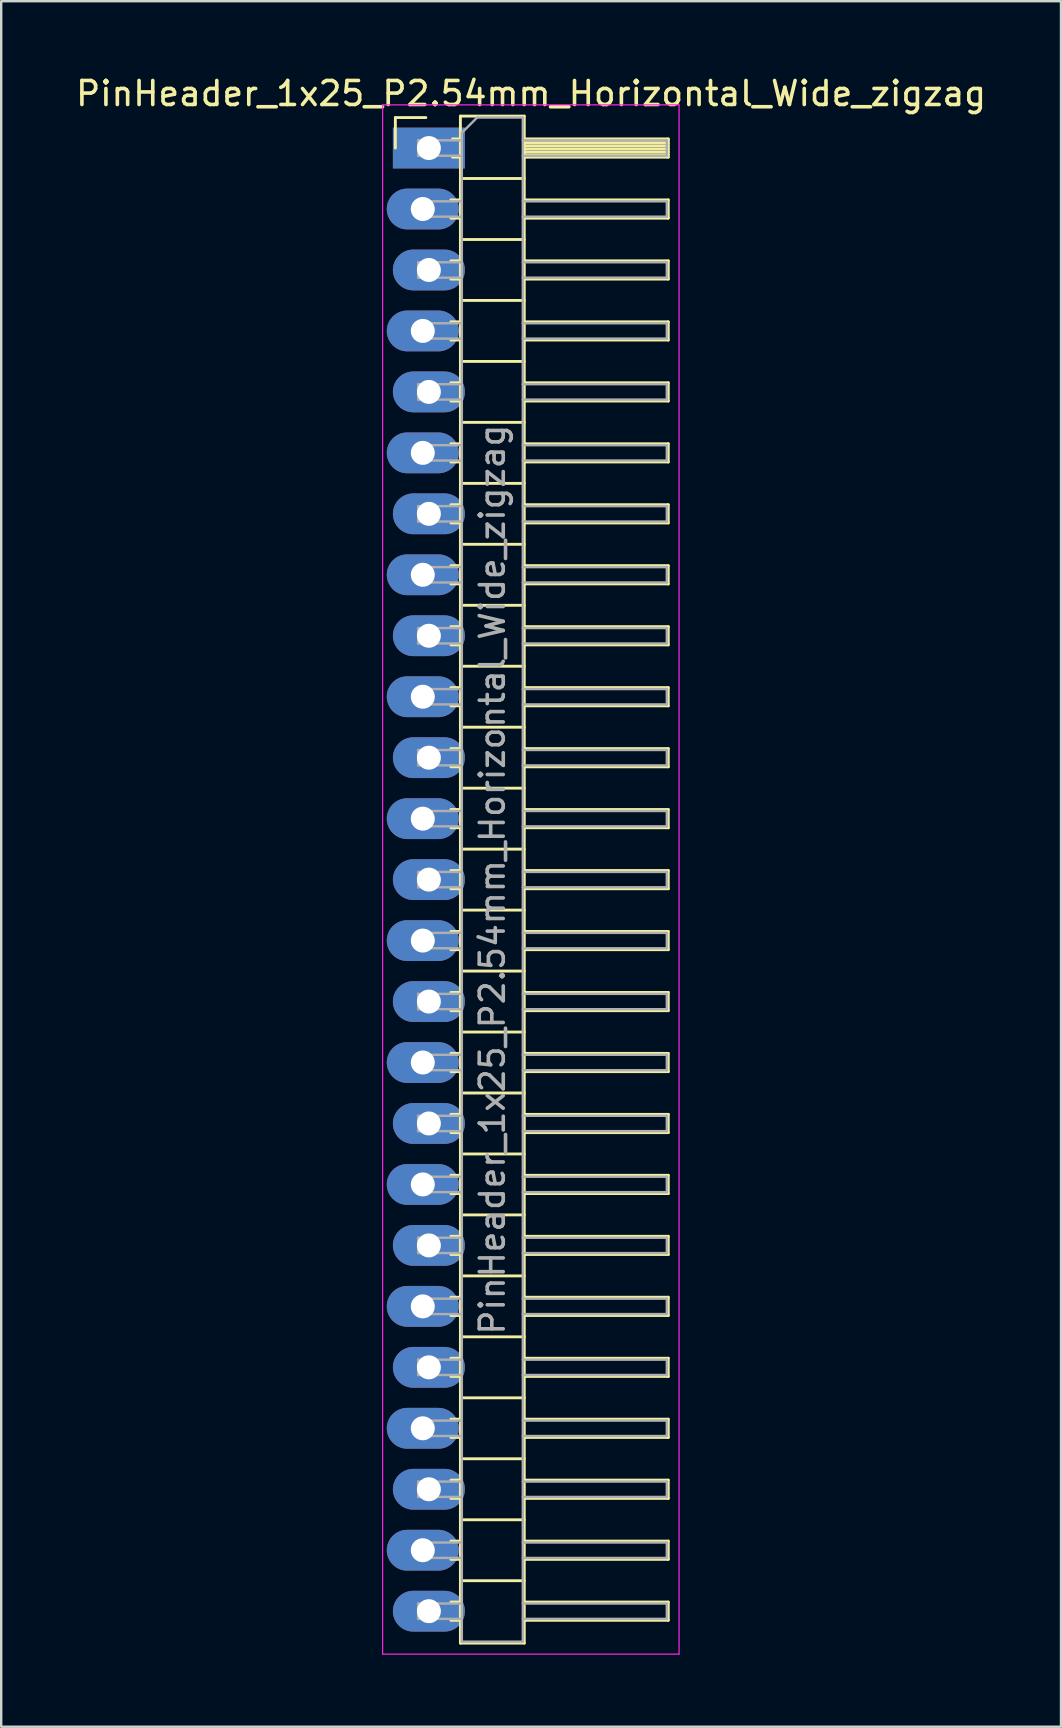
<source format=kicad_pcb>
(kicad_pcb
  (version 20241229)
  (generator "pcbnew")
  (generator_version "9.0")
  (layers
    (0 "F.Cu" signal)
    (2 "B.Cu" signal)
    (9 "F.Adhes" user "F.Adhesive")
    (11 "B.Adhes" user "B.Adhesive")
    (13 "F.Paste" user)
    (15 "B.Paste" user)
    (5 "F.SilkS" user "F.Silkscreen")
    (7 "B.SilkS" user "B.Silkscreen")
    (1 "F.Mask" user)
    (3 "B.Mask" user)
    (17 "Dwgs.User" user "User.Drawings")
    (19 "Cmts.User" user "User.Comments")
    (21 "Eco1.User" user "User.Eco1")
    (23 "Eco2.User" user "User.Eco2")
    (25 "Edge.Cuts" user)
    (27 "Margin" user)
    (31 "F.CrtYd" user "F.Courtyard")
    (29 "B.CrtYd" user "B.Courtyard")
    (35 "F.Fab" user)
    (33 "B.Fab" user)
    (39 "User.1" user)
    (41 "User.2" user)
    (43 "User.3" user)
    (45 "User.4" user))
  (footprint "PinHeader_1x25_P2.54mm_Horizontal_Wide_zigzag"
    (layer "F.Cu")
    (at 14.692 3.118)
    (property "Reference" "PinHeader_1x25_P2.54mm_Horizontal_Wide_zigzag" (at 4.385 -2.27 0) (layer "F.SilkS") (effects (font (size 1 1) (thickness 0.15))))
    (attr through_hole)
    (fp_line (start -1.27 -1.27) (end 0 -1.27) (stroke (width 0.12) (type solid)) (layer "F.SilkS"))
    (fp_line (start -1.27 0) (end -1.27 -1.27) (stroke (width 0.12) (type solid)) (layer "F.SilkS"))
    (fp_line (start 1.043 2.16) (end 1.44 2.16) (stroke (width 0.12) (type solid)) (layer "F.SilkS"))
    (fp_line (start 1.043 2.92) (end 1.44 2.92) (stroke (width 0.12) (type solid)) (layer "F.SilkS"))
    (fp_line (start 1.043 4.7) (end 1.44 4.7) (stroke (width 0.12) (type solid)) (layer "F.SilkS"))
    (fp_line (start 1.043 5.46) (end 1.44 5.46) (stroke (width 0.12) (type solid)) (layer "F.SilkS"))
    (fp_line (start 1.043 7.24) (end 1.44 7.24) (stroke (width 0.12) (type solid)) (layer "F.SilkS"))
    (fp_line (start 1.043 8) (end 1.44 8) (stroke (width 0.12) (type solid)) (layer "F.SilkS"))
    (fp_line (start 1.043 9.78) (end 1.44 9.78) (stroke (width 0.12) (type solid)) (layer "F.SilkS"))
    (fp_line (start 1.043 10.54) (end 1.44 10.54) (stroke (width 0.12) (type solid)) (layer "F.SilkS"))
    (fp_line (start 1.043 12.32) (end 1.44 12.32) (stroke (width 0.12) (type solid)) (layer "F.SilkS"))
    (fp_line (start 1.043 13.08) (end 1.44 13.08) (stroke (width 0.12) (type solid)) (layer "F.SilkS"))
    (fp_line (start 1.043 14.86) (end 1.44 14.86) (stroke (width 0.12) (type solid)) (layer "F.SilkS"))
    (fp_line (start 1.043 15.62) (end 1.44 15.62) (stroke (width 0.12) (type solid)) (layer "F.SilkS"))
    (fp_line (start 1.043 17.4) (end 1.44 17.4) (stroke (width 0.12) (type solid)) (layer "F.SilkS"))
    (fp_line (start 1.043 18.16) (end 1.44 18.16) (stroke (width 0.12) (type solid)) (layer "F.SilkS"))
    (fp_line (start 1.043 19.94) (end 1.44 19.94) (stroke (width 0.12) (type solid)) (layer "F.SilkS"))
    (fp_line (start 1.043 20.7) (end 1.44 20.7) (stroke (width 0.12) (type solid)) (layer "F.SilkS"))
    (fp_line (start 1.043 22.48) (end 1.44 22.48) (stroke (width 0.12) (type solid)) (layer "F.SilkS"))
    (fp_line (start 1.043 23.24) (end 1.44 23.24) (stroke (width 0.12) (type solid)) (layer "F.SilkS"))
    (fp_line (start 1.043 25.02) (end 1.44 25.02) (stroke (width 0.12) (type solid)) (layer "F.SilkS"))
    (fp_line (start 1.043 25.78) (end 1.44 25.78) (stroke (width 0.12) (type solid)) (layer "F.SilkS"))
    (fp_line (start 1.043 27.56) (end 1.44 27.56) (stroke (width 0.12) (type solid)) (layer "F.SilkS"))
    (fp_line (start 1.043 28.32) (end 1.44 28.32) (stroke (width 0.12) (type solid)) (layer "F.SilkS"))
    (fp_line (start 1.043 30.1) (end 1.44 30.1) (stroke (width 0.12) (type solid)) (layer "F.SilkS"))
    (fp_line (start 1.043 30.86) (end 1.44 30.86) (stroke (width 0.12) (type solid)) (layer "F.SilkS"))
    (fp_line (start 1.043 32.64) (end 1.44 32.64) (stroke (width 0.12) (type solid)) (layer "F.SilkS"))
    (fp_line (start 1.043 33.4) (end 1.44 33.4) (stroke (width 0.12) (type solid)) (layer "F.SilkS"))
    (fp_line (start 1.043 35.18) (end 1.44 35.18) (stroke (width 0.12) (type solid)) (layer "F.SilkS"))
    (fp_line (start 1.043 35.94) (end 1.44 35.94) (stroke (width 0.12) (type solid)) (layer "F.SilkS"))
    (fp_line (start 1.043 37.72) (end 1.44 37.72) (stroke (width 0.12) (type solid)) (layer "F.SilkS"))
    (fp_line (start 1.043 38.48) (end 1.44 38.48) (stroke (width 0.12) (type solid)) (layer "F.SilkS"))
    (fp_line (start 1.043 40.26) (end 1.44 40.26) (stroke (width 0.12) (type solid)) (layer "F.SilkS"))
    (fp_line (start 1.043 41.02) (end 1.44 41.02) (stroke (width 0.12) (type solid)) (layer "F.SilkS"))
    (fp_line (start 1.043 42.8) (end 1.44 42.8) (stroke (width 0.12) (type solid)) (layer "F.SilkS"))
    (fp_line (start 1.043 43.56) (end 1.44 43.56) (stroke (width 0.12) (type solid)) (layer "F.SilkS"))
    (fp_line (start 1.043 45.34) (end 1.44 45.34) (stroke (width 0.12) (type solid)) (layer "F.SilkS"))
    (fp_line (start 1.043 46.1) (end 1.44 46.1) (stroke (width 0.12) (type solid)) (layer "F.SilkS"))
    (fp_line (start 1.043 47.88) (end 1.44 47.88) (stroke (width 0.12) (type solid)) (layer "F.SilkS"))
    (fp_line (start 1.043 48.64) (end 1.44 48.64) (stroke (width 0.12) (type solid)) (layer "F.SilkS"))
    (fp_line (start 1.043 50.42) (end 1.44 50.42) (stroke (width 0.12) (type solid)) (layer "F.SilkS"))
    (fp_line (start 1.043 51.18) (end 1.44 51.18) (stroke (width 0.12) (type solid)) (layer "F.SilkS"))
    (fp_line (start 1.043 52.96) (end 1.44 52.96) (stroke (width 0.12) (type solid)) (layer "F.SilkS"))
    (fp_line (start 1.043 53.72) (end 1.44 53.72) (stroke (width 0.12) (type solid)) (layer "F.SilkS"))
    (fp_line (start 1.043 55.5) (end 1.44 55.5) (stroke (width 0.12) (type solid)) (layer "F.SilkS"))
    (fp_line (start 1.043 56.26) (end 1.44 56.26) (stroke (width 0.12) (type solid)) (layer "F.SilkS"))
    (fp_line (start 1.043 58.04) (end 1.44 58.04) (stroke (width 0.12) (type solid)) (layer "F.SilkS"))
    (fp_line (start 1.043 58.8) (end 1.44 58.8) (stroke (width 0.12) (type solid)) (layer "F.SilkS"))
    (fp_line (start 1.043 60.58) (end 1.44 60.58) (stroke (width 0.12) (type solid)) (layer "F.SilkS"))
    (fp_line (start 1.043 61.34) (end 1.44 61.34) (stroke (width 0.12) (type solid)) (layer "F.SilkS"))
    (fp_line (start 1.11 -0.38) (end 1.44 -0.38) (stroke (width 0.12) (type solid)) (layer "F.SilkS"))
    (fp_line (start 1.11 0.38) (end 1.44 0.38) (stroke (width 0.12) (type solid)) (layer "F.SilkS"))
    (fp_line (start 1.44 -1.33) (end 1.44 62.29) (stroke (width 0.12) (type solid)) (layer "F.SilkS"))
    (fp_line (start 1.44 1.27) (end 4.1 1.27) (stroke (width 0.12) (type solid)) (layer "F.SilkS"))
    (fp_line (start 1.44 3.81) (end 4.1 3.81) (stroke (width 0.12) (type solid)) (layer "F.SilkS"))
    (fp_line (start 1.44 6.35) (end 4.1 6.35) (stroke (width 0.12) (type solid)) (layer "F.SilkS"))
    (fp_line (start 1.44 8.89) (end 4.1 8.89) (stroke (width 0.12) (type solid)) (layer "F.SilkS"))
    (fp_line (start 1.44 11.43) (end 4.1 11.43) (stroke (width 0.12) (type solid)) (layer "F.SilkS"))
    (fp_line (start 1.44 13.97) (end 4.1 13.97) (stroke (width 0.12) (type solid)) (layer "F.SilkS"))
    (fp_line (start 1.44 16.51) (end 4.1 16.51) (stroke (width 0.12) (type solid)) (layer "F.SilkS"))
    (fp_line (start 1.44 19.05) (end 4.1 19.05) (stroke (width 0.12) (type solid)) (layer "F.SilkS"))
    (fp_line (start 1.44 21.59) (end 4.1 21.59) (stroke (width 0.12) (type solid)) (layer "F.SilkS"))
    (fp_line (start 1.44 24.13) (end 4.1 24.13) (stroke (width 0.12) (type solid)) (layer "F.SilkS"))
    (fp_line (start 1.44 26.67) (end 4.1 26.67) (stroke (width 0.12) (type solid)) (layer "F.SilkS"))
    (fp_line (start 1.44 29.21) (end 4.1 29.21) (stroke (width 0.12) (type solid)) (layer "F.SilkS"))
    (fp_line (start 1.44 31.75) (end 4.1 31.75) (stroke (width 0.12) (type solid)) (layer "F.SilkS"))
    (fp_line (start 1.44 34.29) (end 4.1 34.29) (stroke (width 0.12) (type solid)) (layer "F.SilkS"))
    (fp_line (start 1.44 36.83) (end 4.1 36.83) (stroke (width 0.12) (type solid)) (layer "F.SilkS"))
    (fp_line (start 1.44 39.37) (end 4.1 39.37) (stroke (width 0.12) (type solid)) (layer "F.SilkS"))
    (fp_line (start 1.44 41.91) (end 4.1 41.91) (stroke (width 0.12) (type solid)) (layer "F.SilkS"))
    (fp_line (start 1.44 44.45) (end 4.1 44.45) (stroke (width 0.12) (type solid)) (layer "F.SilkS"))
    (fp_line (start 1.44 46.99) (end 4.1 46.99) (stroke (width 0.12) (type solid)) (layer "F.SilkS"))
    (fp_line (start 1.44 49.53) (end 4.1 49.53) (stroke (width 0.12) (type solid)) (layer "F.SilkS"))
    (fp_line (start 1.44 52.07) (end 4.1 52.07) (stroke (width 0.12) (type solid)) (layer "F.SilkS"))
    (fp_line (start 1.44 54.61) (end 4.1 54.61) (stroke (width 0.12) (type solid)) (layer "F.SilkS"))
    (fp_line (start 1.44 57.15) (end 4.1 57.15) (stroke (width 0.12) (type solid)) (layer "F.SilkS"))
    (fp_line (start 1.44 59.69) (end 4.1 59.69) (stroke (width 0.12) (type solid)) (layer "F.SilkS"))
    (fp_line (start 1.44 62.29) (end 4.1 62.29) (stroke (width 0.12) (type solid)) (layer "F.SilkS"))
    (fp_line (start 4.1 -1.33) (end 1.44 -1.33) (stroke (width 0.12) (type solid)) (layer "F.SilkS"))
    (fp_line (start 4.1 -0.38) (end 10.1 -0.38) (stroke (width 0.12) (type solid)) (layer "F.SilkS"))
    (fp_line (start 4.1 -0.32) (end 10.1 -0.32) (stroke (width 0.12) (type solid)) (layer "F.SilkS"))
    (fp_line (start 4.1 -0.2) (end 10.1 -0.2) (stroke (width 0.12) (type solid)) (layer "F.SilkS"))
    (fp_line (start 4.1 -0.08) (end 10.1 -0.08) (stroke (width 0.12) (type solid)) (layer "F.SilkS"))
    (fp_line (start 4.1 0.04) (end 10.1 0.04) (stroke (width 0.12) (type solid)) (layer "F.SilkS"))
    (fp_line (start 4.1 0.16) (end 10.1 0.16) (stroke (width 0.12) (type solid)) (layer "F.SilkS"))
    (fp_line (start 4.1 0.28) (end 10.1 0.28) (stroke (width 0.12) (type solid)) (layer "F.SilkS"))
    (fp_line (start 4.1 2.16) (end 10.1 2.16) (stroke (width 0.12) (type solid)) (layer "F.SilkS"))
    (fp_line (start 4.1 4.7) (end 10.1 4.7) (stroke (width 0.12) (type solid)) (layer "F.SilkS"))
    (fp_line (start 4.1 7.24) (end 10.1 7.24) (stroke (width 0.12) (type solid)) (layer "F.SilkS"))
    (fp_line (start 4.1 9.78) (end 10.1 9.78) (stroke (width 0.12) (type solid)) (layer "F.SilkS"))
    (fp_line (start 4.1 12.32) (end 10.1 12.32) (stroke (width 0.12) (type solid)) (layer "F.SilkS"))
    (fp_line (start 4.1 14.86) (end 10.1 14.86) (stroke (width 0.12) (type solid)) (layer "F.SilkS"))
    (fp_line (start 4.1 17.4) (end 10.1 17.4) (stroke (width 0.12) (type solid)) (layer "F.SilkS"))
    (fp_line (start 4.1 19.94) (end 10.1 19.94) (stroke (width 0.12) (type solid)) (layer "F.SilkS"))
    (fp_line (start 4.1 22.48) (end 10.1 22.48) (stroke (width 0.12) (type solid)) (layer "F.SilkS"))
    (fp_line (start 4.1 25.02) (end 10.1 25.02) (stroke (width 0.12) (type solid)) (layer "F.SilkS"))
    (fp_line (start 4.1 27.56) (end 10.1 27.56) (stroke (width 0.12) (type solid)) (layer "F.SilkS"))
    (fp_line (start 4.1 30.1) (end 10.1 30.1) (stroke (width 0.12) (type solid)) (layer "F.SilkS"))
    (fp_line (start 4.1 32.64) (end 10.1 32.64) (stroke (width 0.12) (type solid)) (layer "F.SilkS"))
    (fp_line (start 4.1 35.18) (end 10.1 35.18) (stroke (width 0.12) (type solid)) (layer "F.SilkS"))
    (fp_line (start 4.1 37.72) (end 10.1 37.72) (stroke (width 0.12) (type solid)) (layer "F.SilkS"))
    (fp_line (start 4.1 40.26) (end 10.1 40.26) (stroke (width 0.12) (type solid)) (layer "F.SilkS"))
    (fp_line (start 4.1 42.8) (end 10.1 42.8) (stroke (width 0.12) (type solid)) (layer "F.SilkS"))
    (fp_line (start 4.1 45.34) (end 10.1 45.34) (stroke (width 0.12) (type solid)) (layer "F.SilkS"))
    (fp_line (start 4.1 47.88) (end 10.1 47.88) (stroke (width 0.12) (type solid)) (layer "F.SilkS"))
    (fp_line (start 4.1 50.42) (end 10.1 50.42) (stroke (width 0.12) (type solid)) (layer "F.SilkS"))
    (fp_line (start 4.1 52.96) (end 10.1 52.96) (stroke (width 0.12) (type solid)) (layer "F.SilkS"))
    (fp_line (start 4.1 55.5) (end 10.1 55.5) (stroke (width 0.12) (type solid)) (layer "F.SilkS"))
    (fp_line (start 4.1 58.04) (end 10.1 58.04) (stroke (width 0.12) (type solid)) (layer "F.SilkS"))
    (fp_line (start 4.1 60.58) (end 10.1 60.58) (stroke (width 0.12) (type solid)) (layer "F.SilkS"))
    (fp_line (start 4.1 62.29) (end 4.1 -1.33) (stroke (width 0.12) (type solid)) (layer "F.SilkS"))
    (fp_line (start 10.1 -0.38) (end 10.1 0.38) (stroke (width 0.12) (type solid)) (layer "F.SilkS"))
    (fp_line (start 10.1 0.38) (end 4.1 0.38) (stroke (width 0.12) (type solid)) (layer "F.SilkS"))
    (fp_line (start 10.1 2.16) (end 10.1 2.92) (stroke (width 0.12) (type solid)) (layer "F.SilkS"))
    (fp_line (start 10.1 2.92) (end 4.1 2.92) (stroke (width 0.12) (type solid)) (layer "F.SilkS"))
    (fp_line (start 10.1 4.7) (end 10.1 5.46) (stroke (width 0.12) (type solid)) (layer "F.SilkS"))
    (fp_line (start 10.1 5.46) (end 4.1 5.46) (stroke (width 0.12) (type solid)) (layer "F.SilkS"))
    (fp_line (start 10.1 7.24) (end 10.1 8) (stroke (width 0.12) (type solid)) (layer "F.SilkS"))
    (fp_line (start 10.1 8) (end 4.1 8) (stroke (width 0.12) (type solid)) (layer "F.SilkS"))
    (fp_line (start 10.1 9.78) (end 10.1 10.54) (stroke (width 0.12) (type solid)) (layer "F.SilkS"))
    (fp_line (start 10.1 10.54) (end 4.1 10.54) (stroke (width 0.12) (type solid)) (layer "F.SilkS"))
    (fp_line (start 10.1 12.32) (end 10.1 13.08) (stroke (width 0.12) (type solid)) (layer "F.SilkS"))
    (fp_line (start 10.1 13.08) (end 4.1 13.08) (stroke (width 0.12) (type solid)) (layer "F.SilkS"))
    (fp_line (start 10.1 14.86) (end 10.1 15.62) (stroke (width 0.12) (type solid)) (layer "F.SilkS"))
    (fp_line (start 10.1 15.62) (end 4.1 15.62) (stroke (width 0.12) (type solid)) (layer "F.SilkS"))
    (fp_line (start 10.1 17.4) (end 10.1 18.16) (stroke (width 0.12) (type solid)) (layer "F.SilkS"))
    (fp_line (start 10.1 18.16) (end 4.1 18.16) (stroke (width 0.12) (type solid)) (layer "F.SilkS"))
    (fp_line (start 10.1 19.94) (end 10.1 20.7) (stroke (width 0.12) (type solid)) (layer "F.SilkS"))
    (fp_line (start 10.1 20.7) (end 4.1 20.7) (stroke (width 0.12) (type solid)) (layer "F.SilkS"))
    (fp_line (start 10.1 22.48) (end 10.1 23.24) (stroke (width 0.12) (type solid)) (layer "F.SilkS"))
    (fp_line (start 10.1 23.24) (end 4.1 23.24) (stroke (width 0.12) (type solid)) (layer "F.SilkS"))
    (fp_line (start 10.1 25.02) (end 10.1 25.78) (stroke (width 0.12) (type solid)) (layer "F.SilkS"))
    (fp_line (start 10.1 25.78) (end 4.1 25.78) (stroke (width 0.12) (type solid)) (layer "F.SilkS"))
    (fp_line (start 10.1 27.56) (end 10.1 28.32) (stroke (width 0.12) (type solid)) (layer "F.SilkS"))
    (fp_line (start 10.1 28.32) (end 4.1 28.32) (stroke (width 0.12) (type solid)) (layer "F.SilkS"))
    (fp_line (start 10.1 30.1) (end 10.1 30.86) (stroke (width 0.12) (type solid)) (layer "F.SilkS"))
    (fp_line (start 10.1 30.86) (end 4.1 30.86) (stroke (width 0.12) (type solid)) (layer "F.SilkS"))
    (fp_line (start 10.1 32.64) (end 10.1 33.4) (stroke (width 0.12) (type solid)) (layer "F.SilkS"))
    (fp_line (start 10.1 33.4) (end 4.1 33.4) (stroke (width 0.12) (type solid)) (layer "F.SilkS"))
    (fp_line (start 10.1 35.18) (end 10.1 35.94) (stroke (width 0.12) (type solid)) (layer "F.SilkS"))
    (fp_line (start 10.1 35.94) (end 4.1 35.94) (stroke (width 0.12) (type solid)) (layer "F.SilkS"))
    (fp_line (start 10.1 37.72) (end 10.1 38.48) (stroke (width 0.12) (type solid)) (layer "F.SilkS"))
    (fp_line (start 10.1 38.48) (end 4.1 38.48) (stroke (width 0.12) (type solid)) (layer "F.SilkS"))
    (fp_line (start 10.1 40.26) (end 10.1 41.02) (stroke (width 0.12) (type solid)) (layer "F.SilkS"))
    (fp_line (start 10.1 41.02) (end 4.1 41.02) (stroke (width 0.12) (type solid)) (layer "F.SilkS"))
    (fp_line (start 10.1 42.8) (end 10.1 43.56) (stroke (width 0.12) (type solid)) (layer "F.SilkS"))
    (fp_line (start 10.1 43.56) (end 4.1 43.56) (stroke (width 0.12) (type solid)) (layer "F.SilkS"))
    (fp_line (start 10.1 45.34) (end 10.1 46.1) (stroke (width 0.12) (type solid)) (layer "F.SilkS"))
    (fp_line (start 10.1 46.1) (end 4.1 46.1) (stroke (width 0.12) (type solid)) (layer "F.SilkS"))
    (fp_line (start 10.1 47.88) (end 10.1 48.64) (stroke (width 0.12) (type solid)) (layer "F.SilkS"))
    (fp_line (start 10.1 48.64) (end 4.1 48.64) (stroke (width 0.12) (type solid)) (layer "F.SilkS"))
    (fp_line (start 10.1 50.42) (end 10.1 51.18) (stroke (width 0.12) (type solid)) (layer "F.SilkS"))
    (fp_line (start 10.1 51.18) (end 4.1 51.18) (stroke (width 0.12) (type solid)) (layer "F.SilkS"))
    (fp_line (start 10.1 52.96) (end 10.1 53.72) (stroke (width 0.12) (type solid)) (layer "F.SilkS"))
    (fp_line (start 10.1 53.72) (end 4.1 53.72) (stroke (width 0.12) (type solid)) (layer "F.SilkS"))
    (fp_line (start 10.1 55.5) (end 10.1 56.26) (stroke (width 0.12) (type solid)) (layer "F.SilkS"))
    (fp_line (start 10.1 56.26) (end 4.1 56.26) (stroke (width 0.12) (type solid)) (layer "F.SilkS"))
    (fp_line (start 10.1 58.04) (end 10.1 58.8) (stroke (width 0.12) (type solid)) (layer "F.SilkS"))
    (fp_line (start 10.1 58.8) (end 4.1 58.8) (stroke (width 0.12) (type solid)) (layer "F.SilkS"))
    (fp_line (start 10.1 60.58) (end 10.1 61.34) (stroke (width 0.12) (type solid)) (layer "F.SilkS"))
    (fp_line (start 10.1 61.34) (end 4.1 61.34) (stroke (width 0.12) (type solid)) (layer "F.SilkS"))
    (fp_line (start -1.8 -1.8) (end -1.8 62.75) (stroke (width 0.05) (type solid)) (layer "F.CrtYd"))
    (fp_line (start -1.8 62.75) (end 10.55 62.75) (stroke (width 0.05) (type solid)) (layer "F.CrtYd"))
    (fp_line (start 10.55 -1.8) (end -1.8 -1.8) (stroke (width 0.05) (type solid)) (layer "F.CrtYd"))
    (fp_line (start 10.55 62.75) (end 10.55 -1.8) (stroke (width 0.05) (type solid)) (layer "F.CrtYd"))
    (fp_line (start -0.32 -0.32) (end -0.32 0.32) (stroke (width 0.1) (type solid)) (layer "F.Fab"))
    (fp_line (start -0.32 -0.32) (end 1.5 -0.32) (stroke (width 0.1) (type solid)) (layer "F.Fab"))
    (fp_line (start -0.32 0.32) (end 1.5 0.32) (stroke (width 0.1) (type solid)) (layer "F.Fab"))
    (fp_line (start -0.32 2.22) (end -0.32 2.86) (stroke (width 0.1) (type solid)) (layer "F.Fab"))
    (fp_line (start -0.32 2.22) (end 1.5 2.22) (stroke (width 0.1) (type solid)) (layer "F.Fab"))
    (fp_line (start -0.32 2.86) (end 1.5 2.86) (stroke (width 0.1) (type solid)) (layer "F.Fab"))
    (fp_line (start -0.32 4.76) (end -0.32 5.4) (stroke (width 0.1) (type solid)) (layer "F.Fab"))
    (fp_line (start -0.32 4.76) (end 1.5 4.76) (stroke (width 0.1) (type solid)) (layer "F.Fab"))
    (fp_line (start -0.32 5.4) (end 1.5 5.4) (stroke (width 0.1) (type solid)) (layer "F.Fab"))
    (fp_line (start -0.32 7.3) (end -0.32 7.94) (stroke (width 0.1) (type solid)) (layer "F.Fab"))
    (fp_line (start -0.32 7.3) (end 1.5 7.3) (stroke (width 0.1) (type solid)) (layer "F.Fab"))
    (fp_line (start -0.32 7.94) (end 1.5 7.94) (stroke (width 0.1) (type solid)) (layer "F.Fab"))
    (fp_line (start -0.32 9.84) (end -0.32 10.48) (stroke (width 0.1) (type solid)) (layer "F.Fab"))
    (fp_line (start -0.32 9.84) (end 1.5 9.84) (stroke (width 0.1) (type solid)) (layer "F.Fab"))
    (fp_line (start -0.32 10.48) (end 1.5 10.48) (stroke (width 0.1) (type solid)) (layer "F.Fab"))
    (fp_line (start -0.32 12.38) (end -0.32 13.02) (stroke (width 0.1) (type solid)) (layer "F.Fab"))
    (fp_line (start -0.32 12.38) (end 1.5 12.38) (stroke (width 0.1) (type solid)) (layer "F.Fab"))
    (fp_line (start -0.32 13.02) (end 1.5 13.02) (stroke (width 0.1) (type solid)) (layer "F.Fab"))
    (fp_line (start -0.32 14.92) (end -0.32 15.56) (stroke (width 0.1) (type solid)) (layer "F.Fab"))
    (fp_line (start -0.32 14.92) (end 1.5 14.92) (stroke (width 0.1) (type solid)) (layer "F.Fab"))
    (fp_line (start -0.32 15.56) (end 1.5 15.56) (stroke (width 0.1) (type solid)) (layer "F.Fab"))
    (fp_line (start -0.32 17.46) (end -0.32 18.1) (stroke (width 0.1) (type solid)) (layer "F.Fab"))
    (fp_line (start -0.32 17.46) (end 1.5 17.46) (stroke (width 0.1) (type solid)) (layer "F.Fab"))
    (fp_line (start -0.32 18.1) (end 1.5 18.1) (stroke (width 0.1) (type solid)) (layer "F.Fab"))
    (fp_line (start -0.32 20) (end -0.32 20.64) (stroke (width 0.1) (type solid)) (layer "F.Fab"))
    (fp_line (start -0.32 20) (end 1.5 20) (stroke (width 0.1) (type solid)) (layer "F.Fab"))
    (fp_line (start -0.32 20.64) (end 1.5 20.64) (stroke (width 0.1) (type solid)) (layer "F.Fab"))
    (fp_line (start -0.32 22.54) (end -0.32 23.18) (stroke (width 0.1) (type solid)) (layer "F.Fab"))
    (fp_line (start -0.32 22.54) (end 1.5 22.54) (stroke (width 0.1) (type solid)) (layer "F.Fab"))
    (fp_line (start -0.32 23.18) (end 1.5 23.18) (stroke (width 0.1) (type solid)) (layer "F.Fab"))
    (fp_line (start -0.32 25.08) (end -0.32 25.72) (stroke (width 0.1) (type solid)) (layer "F.Fab"))
    (fp_line (start -0.32 25.08) (end 1.5 25.08) (stroke (width 0.1) (type solid)) (layer "F.Fab"))
    (fp_line (start -0.32 25.72) (end 1.5 25.72) (stroke (width 0.1) (type solid)) (layer "F.Fab"))
    (fp_line (start -0.32 27.62) (end -0.32 28.26) (stroke (width 0.1) (type solid)) (layer "F.Fab"))
    (fp_line (start -0.32 27.62) (end 1.5 27.62) (stroke (width 0.1) (type solid)) (layer "F.Fab"))
    (fp_line (start -0.32 28.26) (end 1.5 28.26) (stroke (width 0.1) (type solid)) (layer "F.Fab"))
    (fp_line (start -0.32 30.16) (end -0.32 30.8) (stroke (width 0.1) (type solid)) (layer "F.Fab"))
    (fp_line (start -0.32 30.16) (end 1.5 30.16) (stroke (width 0.1) (type solid)) (layer "F.Fab"))
    (fp_line (start -0.32 30.8) (end 1.5 30.8) (stroke (width 0.1) (type solid)) (layer "F.Fab"))
    (fp_line (start -0.32 32.7) (end -0.32 33.34) (stroke (width 0.1) (type solid)) (layer "F.Fab"))
    (fp_line (start -0.32 32.7) (end 1.5 32.7) (stroke (width 0.1) (type solid)) (layer "F.Fab"))
    (fp_line (start -0.32 33.34) (end 1.5 33.34) (stroke (width 0.1) (type solid)) (layer "F.Fab"))
    (fp_line (start -0.32 35.24) (end -0.32 35.88) (stroke (width 0.1) (type solid)) (layer "F.Fab"))
    (fp_line (start -0.32 35.24) (end 1.5 35.24) (stroke (width 0.1) (type solid)) (layer "F.Fab"))
    (fp_line (start -0.32 35.88) (end 1.5 35.88) (stroke (width 0.1) (type solid)) (layer "F.Fab"))
    (fp_line (start -0.32 37.78) (end -0.32 38.42) (stroke (width 0.1) (type solid)) (layer "F.Fab"))
    (fp_line (start -0.32 37.78) (end 1.5 37.78) (stroke (width 0.1) (type solid)) (layer "F.Fab"))
    (fp_line (start -0.32 38.42) (end 1.5 38.42) (stroke (width 0.1) (type solid)) (layer "F.Fab"))
    (fp_line (start -0.32 40.32) (end -0.32 40.96) (stroke (width 0.1) (type solid)) (layer "F.Fab"))
    (fp_line (start -0.32 40.32) (end 1.5 40.32) (stroke (width 0.1) (type solid)) (layer "F.Fab"))
    (fp_line (start -0.32 40.96) (end 1.5 40.96) (stroke (width 0.1) (type solid)) (layer "F.Fab"))
    (fp_line (start -0.32 42.86) (end -0.32 43.5) (stroke (width 0.1) (type solid)) (layer "F.Fab"))
    (fp_line (start -0.32 42.86) (end 1.5 42.86) (stroke (width 0.1) (type solid)) (layer "F.Fab"))
    (fp_line (start -0.32 43.5) (end 1.5 43.5) (stroke (width 0.1) (type solid)) (layer "F.Fab"))
    (fp_line (start -0.32 45.4) (end -0.32 46.04) (stroke (width 0.1) (type solid)) (layer "F.Fab"))
    (fp_line (start -0.32 45.4) (end 1.5 45.4) (stroke (width 0.1) (type solid)) (layer "F.Fab"))
    (fp_line (start -0.32 46.04) (end 1.5 46.04) (stroke (width 0.1) (type solid)) (layer "F.Fab"))
    (fp_line (start -0.32 47.94) (end -0.32 48.58) (stroke (width 0.1) (type solid)) (layer "F.Fab"))
    (fp_line (start -0.32 47.94) (end 1.5 47.94) (stroke (width 0.1) (type solid)) (layer "F.Fab"))
    (fp_line (start -0.32 48.58) (end 1.5 48.58) (stroke (width 0.1) (type solid)) (layer "F.Fab"))
    (fp_line (start -0.32 50.48) (end -0.32 51.12) (stroke (width 0.1) (type solid)) (layer "F.Fab"))
    (fp_line (start -0.32 50.48) (end 1.5 50.48) (stroke (width 0.1) (type solid)) (layer "F.Fab"))
    (fp_line (start -0.32 51.12) (end 1.5 51.12) (stroke (width 0.1) (type solid)) (layer "F.Fab"))
    (fp_line (start -0.32 53.02) (end -0.32 53.66) (stroke (width 0.1) (type solid)) (layer "F.Fab"))
    (fp_line (start -0.32 53.02) (end 1.5 53.02) (stroke (width 0.1) (type solid)) (layer "F.Fab"))
    (fp_line (start -0.32 53.66) (end 1.5 53.66) (stroke (width 0.1) (type solid)) (layer "F.Fab"))
    (fp_line (start -0.32 55.56) (end -0.32 56.2) (stroke (width 0.1) (type solid)) (layer "F.Fab"))
    (fp_line (start -0.32 55.56) (end 1.5 55.56) (stroke (width 0.1) (type solid)) (layer "F.Fab"))
    (fp_line (start -0.32 56.2) (end 1.5 56.2) (stroke (width 0.1) (type solid)) (layer "F.Fab"))
    (fp_line (start -0.32 58.1) (end -0.32 58.74) (stroke (width 0.1) (type solid)) (layer "F.Fab"))
    (fp_line (start -0.32 58.1) (end 1.5 58.1) (stroke (width 0.1) (type solid)) (layer "F.Fab"))
    (fp_line (start -0.32 58.74) (end 1.5 58.74) (stroke (width 0.1) (type solid)) (layer "F.Fab"))
    (fp_line (start -0.32 60.64) (end -0.32 61.28) (stroke (width 0.1) (type solid)) (layer "F.Fab"))
    (fp_line (start -0.32 60.64) (end 1.5 60.64) (stroke (width 0.1) (type solid)) (layer "F.Fab"))
    (fp_line (start -0.32 61.28) (end 1.5 61.28) (stroke (width 0.1) (type solid)) (layer "F.Fab"))
    (fp_line (start 1.5 -0.635) (end 2.135 -1.27) (stroke (width 0.1) (type solid)) (layer "F.Fab"))
    (fp_line (start 1.5 62.23) (end 1.5 -0.635) (stroke (width 0.1) (type solid)) (layer "F.Fab"))
    (fp_line (start 2.135 -1.27) (end 4.04 -1.27) (stroke (width 0.1) (type solid)) (layer "F.Fab"))
    (fp_line (start 4.04 -1.27) (end 4.04 62.23) (stroke (width 0.1) (type solid)) (layer "F.Fab"))
    (fp_line (start 4.04 -0.32) (end 10.04 -0.32) (stroke (width 0.1) (type solid)) (layer "F.Fab"))
    (fp_line (start 4.04 0.32) (end 10.04 0.32) (stroke (width 0.1) (type solid)) (layer "F.Fab"))
    (fp_line (start 4.04 2.22) (end 10.04 2.22) (stroke (width 0.1) (type solid)) (layer "F.Fab"))
    (fp_line (start 4.04 2.86) (end 10.04 2.86) (stroke (width 0.1) (type solid)) (layer "F.Fab"))
    (fp_line (start 4.04 4.76) (end 10.04 4.76) (stroke (width 0.1) (type solid)) (layer "F.Fab"))
    (fp_line (start 4.04 5.4) (end 10.04 5.4) (stroke (width 0.1) (type solid)) (layer "F.Fab"))
    (fp_line (start 4.04 7.3) (end 10.04 7.3) (stroke (width 0.1) (type solid)) (layer "F.Fab"))
    (fp_line (start 4.04 7.94) (end 10.04 7.94) (stroke (width 0.1) (type solid)) (layer "F.Fab"))
    (fp_line (start 4.04 9.84) (end 10.04 9.84) (stroke (width 0.1) (type solid)) (layer "F.Fab"))
    (fp_line (start 4.04 10.48) (end 10.04 10.48) (stroke (width 0.1) (type solid)) (layer "F.Fab"))
    (fp_line (start 4.04 12.38) (end 10.04 12.38) (stroke (width 0.1) (type solid)) (layer "F.Fab"))
    (fp_line (start 4.04 13.02) (end 10.04 13.02) (stroke (width 0.1) (type solid)) (layer "F.Fab"))
    (fp_line (start 4.04 14.92) (end 10.04 14.92) (stroke (width 0.1) (type solid)) (layer "F.Fab"))
    (fp_line (start 4.04 15.56) (end 10.04 15.56) (stroke (width 0.1) (type solid)) (layer "F.Fab"))
    (fp_line (start 4.04 17.46) (end 10.04 17.46) (stroke (width 0.1) (type solid)) (layer "F.Fab"))
    (fp_line (start 4.04 18.1) (end 10.04 18.1) (stroke (width 0.1) (type solid)) (layer "F.Fab"))
    (fp_line (start 4.04 20) (end 10.04 20) (stroke (width 0.1) (type solid)) (layer "F.Fab"))
    (fp_line (start 4.04 20.64) (end 10.04 20.64) (stroke (width 0.1) (type solid)) (layer "F.Fab"))
    (fp_line (start 4.04 22.54) (end 10.04 22.54) (stroke (width 0.1) (type solid)) (layer "F.Fab"))
    (fp_line (start 4.04 23.18) (end 10.04 23.18) (stroke (width 0.1) (type solid)) (layer "F.Fab"))
    (fp_line (start 4.04 25.08) (end 10.04 25.08) (stroke (width 0.1) (type solid)) (layer "F.Fab"))
    (fp_line (start 4.04 25.72) (end 10.04 25.72) (stroke (width 0.1) (type solid)) (layer "F.Fab"))
    (fp_line (start 4.04 27.62) (end 10.04 27.62) (stroke (width 0.1) (type solid)) (layer "F.Fab"))
    (fp_line (start 4.04 28.26) (end 10.04 28.26) (stroke (width 0.1) (type solid)) (layer "F.Fab"))
    (fp_line (start 4.04 30.16) (end 10.04 30.16) (stroke (width 0.1) (type solid)) (layer "F.Fab"))
    (fp_line (start 4.04 30.8) (end 10.04 30.8) (stroke (width 0.1) (type solid)) (layer "F.Fab"))
    (fp_line (start 4.04 32.7) (end 10.04 32.7) (stroke (width 0.1) (type solid)) (layer "F.Fab"))
    (fp_line (start 4.04 33.34) (end 10.04 33.34) (stroke (width 0.1) (type solid)) (layer "F.Fab"))
    (fp_line (start 4.04 35.24) (end 10.04 35.24) (stroke (width 0.1) (type solid)) (layer "F.Fab"))
    (fp_line (start 4.04 35.88) (end 10.04 35.88) (stroke (width 0.1) (type solid)) (layer "F.Fab"))
    (fp_line (start 4.04 37.78) (end 10.04 37.78) (stroke (width 0.1) (type solid)) (layer "F.Fab"))
    (fp_line (start 4.04 38.42) (end 10.04 38.42) (stroke (width 0.1) (type solid)) (layer "F.Fab"))
    (fp_line (start 4.04 40.32) (end 10.04 40.32) (stroke (width 0.1) (type solid)) (layer "F.Fab"))
    (fp_line (start 4.04 40.96) (end 10.04 40.96) (stroke (width 0.1) (type solid)) (layer "F.Fab"))
    (fp_line (start 4.04 42.86) (end 10.04 42.86) (stroke (width 0.1) (type solid)) (layer "F.Fab"))
    (fp_line (start 4.04 43.5) (end 10.04 43.5) (stroke (width 0.1) (type solid)) (layer "F.Fab"))
    (fp_line (start 4.04 45.4) (end 10.04 45.4) (stroke (width 0.1) (type solid)) (layer "F.Fab"))
    (fp_line (start 4.04 46.04) (end 10.04 46.04) (stroke (width 0.1) (type solid)) (layer "F.Fab"))
    (fp_line (start 4.04 47.94) (end 10.04 47.94) (stroke (width 0.1) (type solid)) (layer "F.Fab"))
    (fp_line (start 4.04 48.58) (end 10.04 48.58) (stroke (width 0.1) (type solid)) (layer "F.Fab"))
    (fp_line (start 4.04 50.48) (end 10.04 50.48) (stroke (width 0.1) (type solid)) (layer "F.Fab"))
    (fp_line (start 4.04 51.12) (end 10.04 51.12) (stroke (width 0.1) (type solid)) (layer "F.Fab"))
    (fp_line (start 4.04 53.02) (end 10.04 53.02) (stroke (width 0.1) (type solid)) (layer "F.Fab"))
    (fp_line (start 4.04 53.66) (end 10.04 53.66) (stroke (width 0.1) (type solid)) (layer "F.Fab"))
    (fp_line (start 4.04 55.56) (end 10.04 55.56) (stroke (width 0.1) (type solid)) (layer "F.Fab"))
    (fp_line (start 4.04 56.2) (end 10.04 56.2) (stroke (width 0.1) (type solid)) (layer "F.Fab"))
    (fp_line (start 4.04 58.1) (end 10.04 58.1) (stroke (width 0.1) (type solid)) (layer "F.Fab"))
    (fp_line (start 4.04 58.74) (end 10.04 58.74) (stroke (width 0.1) (type solid)) (layer "F.Fab"))
    (fp_line (start 4.04 60.64) (end 10.04 60.64) (stroke (width 0.1) (type solid)) (layer "F.Fab"))
    (fp_line (start 4.04 61.28) (end 10.04 61.28) (stroke (width 0.1) (type solid)) (layer "F.Fab"))
    (fp_line (start 4.04 62.23) (end 1.5 62.23) (stroke (width 0.1) (type solid)) (layer "F.Fab"))
    (fp_line (start 10.04 -0.32) (end 10.04 0.32) (stroke (width 0.1) (type solid)) (layer "F.Fab"))
    (fp_line (start 10.04 2.22) (end 10.04 2.86) (stroke (width 0.1) (type solid)) (layer "F.Fab"))
    (fp_line (start 10.04 4.76) (end 10.04 5.4) (stroke (width 0.1) (type solid)) (layer "F.Fab"))
    (fp_line (start 10.04 7.3) (end 10.04 7.94) (stroke (width 0.1) (type solid)) (layer "F.Fab"))
    (fp_line (start 10.04 9.84) (end 10.04 10.48) (stroke (width 0.1) (type solid)) (layer "F.Fab"))
    (fp_line (start 10.04 12.38) (end 10.04 13.02) (stroke (width 0.1) (type solid)) (layer "F.Fab"))
    (fp_line (start 10.04 14.92) (end 10.04 15.56) (stroke (width 0.1) (type solid)) (layer "F.Fab"))
    (fp_line (start 10.04 17.46) (end 10.04 18.1) (stroke (width 0.1) (type solid)) (layer "F.Fab"))
    (fp_line (start 10.04 20) (end 10.04 20.64) (stroke (width 0.1) (type solid)) (layer "F.Fab"))
    (fp_line (start 10.04 22.54) (end 10.04 23.18) (stroke (width 0.1) (type solid)) (layer "F.Fab"))
    (fp_line (start 10.04 25.08) (end 10.04 25.72) (stroke (width 0.1) (type solid)) (layer "F.Fab"))
    (fp_line (start 10.04 27.62) (end 10.04 28.26) (stroke (width 0.1) (type solid)) (layer "F.Fab"))
    (fp_line (start 10.04 30.16) (end 10.04 30.8) (stroke (width 0.1) (type solid)) (layer "F.Fab"))
    (fp_line (start 10.04 32.7) (end 10.04 33.34) (stroke (width 0.1) (type solid)) (layer "F.Fab"))
    (fp_line (start 10.04 35.24) (end 10.04 35.88) (stroke (width 0.1) (type solid)) (layer "F.Fab"))
    (fp_line (start 10.04 37.78) (end 10.04 38.42) (stroke (width 0.1) (type solid)) (layer "F.Fab"))
    (fp_line (start 10.04 40.32) (end 10.04 40.96) (stroke (width 0.1) (type solid)) (layer "F.Fab"))
    (fp_line (start 10.04 42.86) (end 10.04 43.5) (stroke (width 0.1) (type solid)) (layer "F.Fab"))
    (fp_line (start 10.04 45.4) (end 10.04 46.04) (stroke (width 0.1) (type solid)) (layer "F.Fab"))
    (fp_line (start 10.04 47.94) (end 10.04 48.58) (stroke (width 0.1) (type solid)) (layer "F.Fab"))
    (fp_line (start 10.04 50.48) (end 10.04 51.12) (stroke (width 0.1) (type solid)) (layer "F.Fab"))
    (fp_line (start 10.04 53.02) (end 10.04 53.66) (stroke (width 0.1) (type solid)) (layer "F.Fab"))
    (fp_line (start 10.04 55.56) (end 10.04 56.2) (stroke (width 0.1) (type solid)) (layer "F.Fab"))
    (fp_line (start 10.04 58.1) (end 10.04 58.74) (stroke (width 0.1) (type solid)) (layer "F.Fab"))
    (fp_line (start 10.04 60.64) (end 10.04 61.28) (stroke (width 0.1) (type solid)) (layer "F.Fab"))
    (fp_text user "${REFERENCE}" (at 2.77 30.48 90) (layer "F.Fab") (effects (font (size 1 1) (thickness 0.15))))
    (pad "1" thru_hole rect (at 0.127 0) (size 3 1.7) (drill 1) (layers "*.Cu" "*.Mask"))
    (pad "2" thru_hole oval (at -0.127 2.54) (size 3 1.7) (drill 1) (layers "*.Cu" "*.Mask"))
    (pad "3" thru_hole oval (at 0.127 5.08) (size 3 1.7) (drill 1) (layers "*.Cu" "*.Mask"))
    (pad "4" thru_hole oval (at -0.127 7.62) (size 3 1.7) (drill 1) (layers "*.Cu" "*.Mask"))
    (pad "5" thru_hole oval (at 0.127 10.16) (size 3 1.7) (drill 1) (layers "*.Cu" "*.Mask"))
    (pad "6" thru_hole oval (at -0.127 12.7) (size 3 1.7) (drill 1) (layers "*.Cu" "*.Mask"))
    (pad "7" thru_hole oval (at 0.127 15.24) (size 3 1.7) (drill 1) (layers "*.Cu" "*.Mask"))
    (pad "8" thru_hole oval (at -0.127 17.78) (size 3 1.7) (drill 1) (layers "*.Cu" "*.Mask"))
    (pad "9" thru_hole oval (at 0.127 20.32) (size 3 1.7) (drill 1) (layers "*.Cu" "*.Mask"))
    (pad "10" thru_hole oval (at -0.127 22.86) (size 3 1.7) (drill 1) (layers "*.Cu" "*.Mask"))
    (pad "11" thru_hole oval (at 0.127 25.4) (size 3 1.7) (drill 1) (layers "*.Cu" "*.Mask"))
    (pad "12" thru_hole oval (at -0.127 27.94) (size 3 1.7) (drill 1) (layers "*.Cu" "*.Mask"))
    (pad "13" thru_hole oval (at 0.127 30.48) (size 3 1.7) (drill 1) (layers "*.Cu" "*.Mask"))
    (pad "14" thru_hole oval (at -0.127 33.02) (size 3 1.7) (drill 1) (layers "*.Cu" "*.Mask"))
    (pad "15" thru_hole oval (at 0.127 35.56) (size 3 1.7) (drill 1) (layers "*.Cu" "*.Mask"))
    (pad "16" thru_hole oval (at -0.127 38.1) (size 3 1.7) (drill 1) (layers "*.Cu" "*.Mask"))
    (pad "17" thru_hole oval (at 0.127 40.64) (size 3 1.7) (drill 1) (layers "*.Cu" "*.Mask"))
    (pad "18" thru_hole oval (at -0.127 43.18) (size 3 1.7) (drill 1) (layers "*.Cu" "*.Mask"))
    (pad "19" thru_hole oval (at 0.127 45.72) (size 3 1.7) (drill 1) (layers "*.Cu" "*.Mask"))
    (pad "20" thru_hole oval (at -0.127 48.26) (size 3 1.7) (drill 1) (layers "*.Cu" "*.Mask"))
    (pad "21" thru_hole oval (at 0.127 50.8) (size 3 1.7) (drill 1) (layers "*.Cu" "*.Mask"))
    (pad "22" thru_hole oval (at -0.127 53.34) (size 3 1.7) (drill 1) (layers "*.Cu" "*.Mask"))
    (pad "23" thru_hole oval (at 0.127 55.88) (size 3 1.7) (drill 1) (layers "*.Cu" "*.Mask"))
    (pad "24" thru_hole oval (at -0.127 58.42) (size 3 1.7) (drill 1) (layers "*.Cu" "*.Mask"))
    (pad "25" thru_hole oval (at 0.127 60.96) (size 3 1.7) (drill 1) (layers "*.Cu" "*.Mask")))
  (gr_rect
    (start -3 -3)
    (end 41.155 68.893)
    (stroke (width 0.1) (type default))
    (fill no)
    (layer "Edge.Cuts")))
</source>
